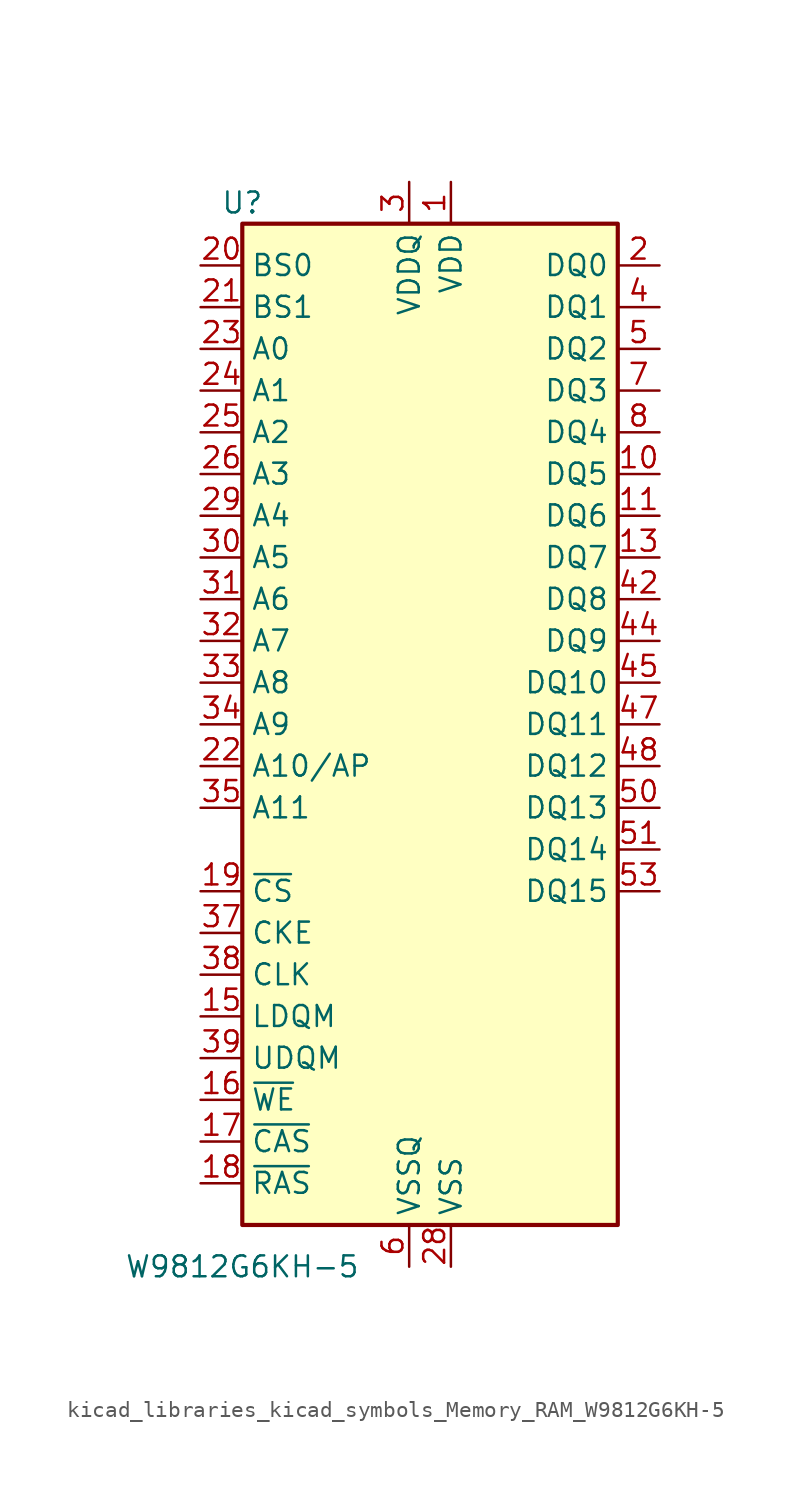
<source format=kicad_sym>
(kicad_symbol_lib
  (version 20220914)
  (generator kicad_symbol_editor)
  (symbol "kicad_libraries_kicad_symbols_Memory_RAM_W9812G6KH-5"
    (property "Reference" "U"
      (at -10.16 31.75 0)
      (effects (font (size 1.27 1.27))))
    (property "Value" "W9812G6KH-5"
      (at -10.16 -33.02 0)
      (effects (font (size 1.27 1.27))))
    (symbol "kicad_libraries_kicad_symbols_Memory_RAM_W9812G6KH-5_1_1"
      (rectangle (start -10.16 30.48) (end 12.7 -30.48) (stroke (width 0.254) (type default)) (fill (type background)))
      (pin power_in line (at 2.54 33.02 270) (length 2.54) (name "VDD" (effects (font (size 1.27 1.27)))) (number "1" (effects (font (size 1.27 1.27)))))
      (pin bidirectional line (at 15.24 15.24 180) (length 2.54) (name "DQ5" (effects (font (size 1.27 1.27)))) (number "10" (effects (font (size 1.27 1.27)))))
      (pin bidirectional line (at 15.24 12.7 180) (length 2.54) (name "DQ6" (effects (font (size 1.27 1.27)))) (number "11" (effects (font (size 1.27 1.27)))))
      (pin passive line (at 0 -33.02 90) (length 2.54) hide (name "VSSQ" (effects (font (size 1.27 1.27)))) (number "12" (effects (font (size 1.27 1.27)))))
      (pin bidirectional line (at 15.24 10.16 180) (length 2.54) (name "DQ7" (effects (font (size 1.27 1.27)))) (number "13" (effects (font (size 1.27 1.27)))))
      (pin passive line (at 2.54 33.02 270) (length 2.54) hide (name "VDD" (effects (font (size 1.27 1.27)))) (number "14" (effects (font (size 1.27 1.27)))))
      (pin input line (at -12.7 -17.78 0) (length 2.54) (name "LDQM" (effects (font (size 1.27 1.27)))) (number "15" (effects (font (size 1.27 1.27)))))
      (pin input line (at -12.7 -22.86 0) (length 2.54) (name "~{WE}" (effects (font (size 1.27 1.27)))) (number "16" (effects (font (size 1.27 1.27)))))
      (pin input line (at -12.7 -25.4 0) (length 2.54) (name "~{CAS}" (effects (font (size 1.27 1.27)))) (number "17" (effects (font (size 1.27 1.27)))))
      (pin input line (at -12.7 -27.94 0) (length 2.54) (name "~{RAS}" (effects (font (size 1.27 1.27)))) (number "18" (effects (font (size 1.27 1.27)))))
      (pin input line (at -12.7 -10.16 0) (length 2.54) (name "~{CS}" (effects (font (size 1.27 1.27)))) (number "19" (effects (font (size 1.27 1.27)))))
      (pin bidirectional line (at 15.24 27.94 180) (length 2.54) (name "DQ0" (effects (font (size 1.27 1.27)))) (number "2" (effects (font (size 1.27 1.27)))))
      (pin input line (at -12.7 27.94 0) (length 2.54) (name "BS0" (effects (font (size 1.27 1.27)))) (number "20" (effects (font (size 1.27 1.27)))))
      (pin input line (at -12.7 25.4 0) (length 2.54) (name "BS1" (effects (font (size 1.27 1.27)))) (number "21" (effects (font (size 1.27 1.27)))))
      (pin input line (at -12.7 -2.54 0) (length 2.54) (name "A10/AP" (effects (font (size 1.27 1.27)))) (number "22" (effects (font (size 1.27 1.27)))))
      (pin input line (at -12.7 22.86 0) (length 2.54) (name "A0" (effects (font (size 1.27 1.27)))) (number "23" (effects (font (size 1.27 1.27)))))
      (pin input line (at -12.7 20.32 0) (length 2.54) (name "A1" (effects (font (size 1.27 1.27)))) (number "24" (effects (font (size 1.27 1.27)))))
      (pin input line (at -12.7 17.78 0) (length 2.54) (name "A2" (effects (font (size 1.27 1.27)))) (number "25" (effects (font (size 1.27 1.27)))))
      (pin input line (at -12.7 15.24 0) (length 2.54) (name "A3" (effects (font (size 1.27 1.27)))) (number "26" (effects (font (size 1.27 1.27)))))
      (pin passive line (at 2.54 33.02 270) (length 2.54) hide (name "VDD" (effects (font (size 1.27 1.27)))) (number "27" (effects (font (size 1.27 1.27)))))
      (pin power_in line (at 2.54 -33.02 90) (length 2.54) (name "VSS" (effects (font (size 1.27 1.27)))) (number "28" (effects (font (size 1.27 1.27)))))
      (pin input line (at -12.7 12.7 0) (length 2.54) (name "A4" (effects (font (size 1.27 1.27)))) (number "29" (effects (font (size 1.27 1.27)))))
      (pin power_in line (at 0 33.02 270) (length 2.54) (name "VDDQ" (effects (font (size 1.27 1.27)))) (number "3" (effects (font (size 1.27 1.27)))))
      (pin input line (at -12.7 10.16 0) (length 2.54) (name "A5" (effects (font (size 1.27 1.27)))) (number "30" (effects (font (size 1.27 1.27)))))
      (pin input line (at -12.7 7.62 0) (length 2.54) (name "A6" (effects (font (size 1.27 1.27)))) (number "31" (effects (font (size 1.27 1.27)))))
      (pin input line (at -12.7 5.08 0) (length 2.54) (name "A7" (effects (font (size 1.27 1.27)))) (number "32" (effects (font (size 1.27 1.27)))))
      (pin input line (at -12.7 2.54 0) (length 2.54) (name "A8" (effects (font (size 1.27 1.27)))) (number "33" (effects (font (size 1.27 1.27)))))
      (pin input line (at -12.7 0 0) (length 2.54) (name "A9" (effects (font (size 1.27 1.27)))) (number "34" (effects (font (size 1.27 1.27)))))
      (pin input line (at -12.7 -5.08 0) (length 2.54) (name "A11" (effects (font (size 1.27 1.27)))) (number "35" (effects (font (size 1.27 1.27)))))
      (pin no_connect line (at 12.7 -15.24 180) (length 2.54) hide (name "NC" (effects (font (size 1.27 1.27)))) (number "36" (effects (font (size 1.27 1.27)))))
      (pin input line (at -12.7 -12.7 0) (length 2.54) (name "CKE" (effects (font (size 1.27 1.27)))) (number "37" (effects (font (size 1.27 1.27)))))
      (pin input line (at -12.7 -15.24 0) (length 2.54) (name "CLK" (effects (font (size 1.27 1.27)))) (number "38" (effects (font (size 1.27 1.27)))))
      (pin input line (at -12.7 -20.32 0) (length 2.54) (name "UDQM" (effects (font (size 1.27 1.27)))) (number "39" (effects (font (size 1.27 1.27)))))
      (pin bidirectional line (at 15.24 25.4 180) (length 2.54) (name "DQ1" (effects (font (size 1.27 1.27)))) (number "4" (effects (font (size 1.27 1.27)))))
      (pin no_connect line (at 12.7 -17.78 180) (length 2.54) hide (name "NC" (effects (font (size 1.27 1.27)))) (number "40" (effects (font (size 1.27 1.27)))))
      (pin passive line (at 2.54 -33.02 90) (length 2.54) hide (name "VSS" (effects (font (size 1.27 1.27)))) (number "41" (effects (font (size 1.27 1.27)))))
      (pin bidirectional line (at 15.24 7.62 180) (length 2.54) (name "DQ8" (effects (font (size 1.27 1.27)))) (number "42" (effects (font (size 1.27 1.27)))))
      (pin passive line (at 0 33.02 270) (length 2.54) hide (name "VDDQ" (effects (font (size 1.27 1.27)))) (number "43" (effects (font (size 1.27 1.27)))))
      (pin bidirectional line (at 15.24 5.08 180) (length 2.54) (name "DQ9" (effects (font (size 1.27 1.27)))) (number "44" (effects (font (size 1.27 1.27)))))
      (pin bidirectional line (at 15.24 2.54 180) (length 2.54) (name "DQ10" (effects (font (size 1.27 1.27)))) (number "45" (effects (font (size 1.27 1.27)))))
      (pin passive line (at 0 -33.02 90) (length 2.54) hide (name "VSSQ" (effects (font (size 1.27 1.27)))) (number "46" (effects (font (size 1.27 1.27)))))
      (pin bidirectional line (at 15.24 0 180) (length 2.54) (name "DQ11" (effects (font (size 1.27 1.27)))) (number "47" (effects (font (size 1.27 1.27)))))
      (pin bidirectional line (at 15.24 -2.54 180) (length 2.54) (name "DQ12" (effects (font (size 1.27 1.27)))) (number "48" (effects (font (size 1.27 1.27)))))
      (pin passive line (at 0 33.02 270) (length 2.54) hide (name "VDDQ" (effects (font (size 1.27 1.27)))) (number "49" (effects (font (size 1.27 1.27)))))
      (pin bidirectional line (at 15.24 22.86 180) (length 2.54) (name "DQ2" (effects (font (size 1.27 1.27)))) (number "5" (effects (font (size 1.27 1.27)))))
      (pin bidirectional line (at 15.24 -5.08 180) (length 2.54) (name "DQ13" (effects (font (size 1.27 1.27)))) (number "50" (effects (font (size 1.27 1.27)))))
      (pin bidirectional line (at 15.24 -7.62 180) (length 2.54) (name "DQ14" (effects (font (size 1.27 1.27)))) (number "51" (effects (font (size 1.27 1.27)))))
      (pin passive line (at 0 -33.02 90) (length 2.54) hide (name "VSSQ" (effects (font (size 1.27 1.27)))) (number "52" (effects (font (size 1.27 1.27)))))
      (pin bidirectional line (at 15.24 -10.16 180) (length 2.54) (name "DQ15" (effects (font (size 1.27 1.27)))) (number "53" (effects (font (size 1.27 1.27)))))
      (pin passive line (at 2.54 -33.02 90) (length 2.54) hide (name "VSS" (effects (font (size 1.27 1.27)))) (number "54" (effects (font (size 1.27 1.27)))))
      (pin power_in line (at 0 -33.02 90) (length 2.54) (name "VSSQ" (effects (font (size 1.27 1.27)))) (number "6" (effects (font (size 1.27 1.27)))))
      (pin bidirectional line (at 15.24 20.32 180) (length 2.54) (name "DQ3" (effects (font (size 1.27 1.27)))) (number "7" (effects (font (size 1.27 1.27)))))
      (pin bidirectional line (at 15.24 17.78 180) (length 2.54) (name "DQ4" (effects (font (size 1.27 1.27)))) (number "8" (effects (font (size 1.27 1.27)))))
      (pin passive line (at 0 33.02 270) (length 2.54) hide (name "VDDQ" (effects (font (size 1.27 1.27)))) (number "9" (effects (font (size 1.27 1.27))))))))
</source>
